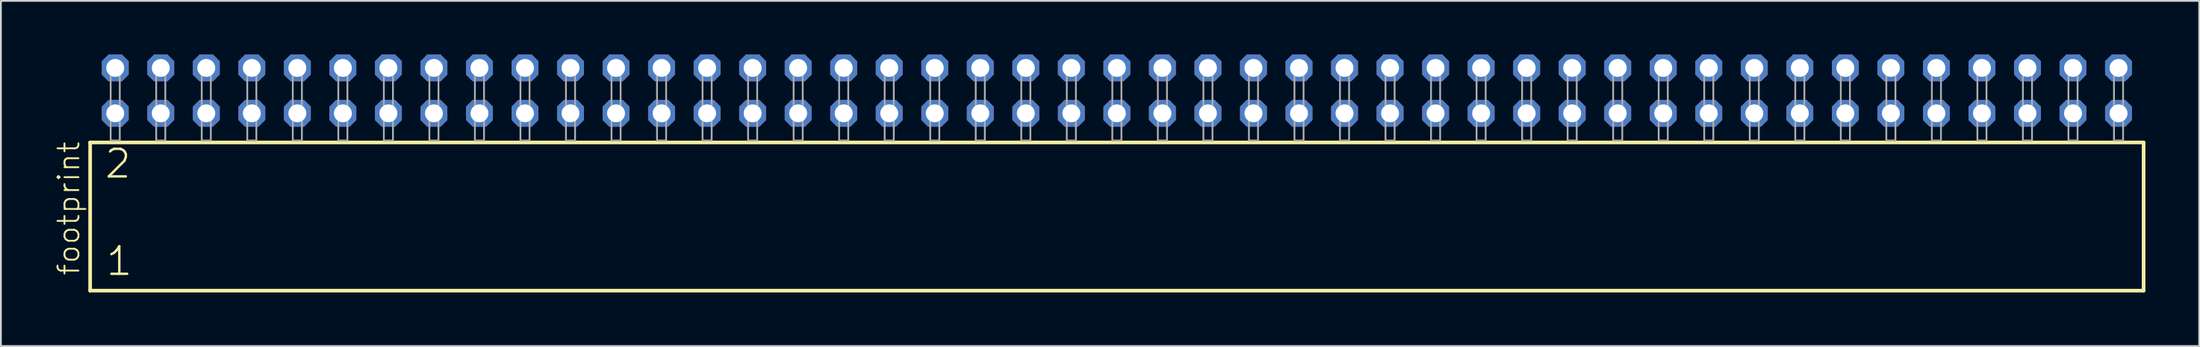
<source format=kicad_pcb>
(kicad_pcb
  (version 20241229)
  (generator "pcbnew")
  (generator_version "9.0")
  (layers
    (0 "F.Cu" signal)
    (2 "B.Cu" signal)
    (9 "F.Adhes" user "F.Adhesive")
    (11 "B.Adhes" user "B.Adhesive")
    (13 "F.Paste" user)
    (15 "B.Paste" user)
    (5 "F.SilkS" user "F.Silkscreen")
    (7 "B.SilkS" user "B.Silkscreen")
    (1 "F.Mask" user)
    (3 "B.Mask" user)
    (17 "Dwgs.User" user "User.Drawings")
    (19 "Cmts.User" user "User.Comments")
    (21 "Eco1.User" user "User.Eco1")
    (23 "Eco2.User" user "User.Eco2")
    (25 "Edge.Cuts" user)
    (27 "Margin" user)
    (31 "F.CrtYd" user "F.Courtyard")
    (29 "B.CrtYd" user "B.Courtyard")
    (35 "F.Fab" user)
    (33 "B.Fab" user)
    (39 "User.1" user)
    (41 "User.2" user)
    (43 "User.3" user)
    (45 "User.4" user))
  (footprint "footprint"
    (layer "F.Cu")
    (at 59.258 4.814)
    (property "Reference" "footprint" (at -57.785 7.62 90) (layer "F.SilkS") (effects (font (size 1.168 1.168) (thickness 0.102)) (justify left bottom)))
    (fp_line (start -57.279 0.106) (end -57.279 8.396) (stroke (width 0.203) (type solid)) (layer "F.SilkS"))
    (fp_line (start -57.279 8.396) (end 57.279 8.396) (stroke (width 0.203) (type solid)) (layer "F.SilkS"))
    (fp_line (start 57.279 0.106) (end -57.279 0.106) (stroke (width 0.203) (type solid)) (layer "F.SilkS"))
    (fp_line (start 57.279 8.396) (end 57.279 0.106) (stroke (width 0.203) (type solid)) (layer "F.SilkS"))
    (fp_poly (pts (xy -56.134 0) (xy -55.626 0) (xy -55.626 -4.318) (xy -56.134 -4.318)) (stroke (width 0.1) (type solid)) (fill no) (layer "F.Fab"))
    (fp_poly (pts (xy -53.594 0) (xy -53.086 0) (xy -53.086 -4.318) (xy -53.594 -4.318)) (stroke (width 0.1) (type solid)) (fill no) (layer "F.Fab"))
    (fp_poly (pts (xy -51.054 0) (xy -50.546 0) (xy -50.546 -4.318) (xy -51.054 -4.318)) (stroke (width 0.1) (type solid)) (fill no) (layer "F.Fab"))
    (fp_poly (pts (xy -48.514 0) (xy -48.006 0) (xy -48.006 -4.318) (xy -48.514 -4.318)) (stroke (width 0.1) (type solid)) (fill no) (layer "F.Fab"))
    (fp_poly (pts (xy -45.974 0) (xy -45.466 0) (xy -45.466 -4.318) (xy -45.974 -4.318)) (stroke (width 0.1) (type solid)) (fill no) (layer "F.Fab"))
    (fp_poly (pts (xy -43.434 0) (xy -42.926 0) (xy -42.926 -4.318) (xy -43.434 -4.318)) (stroke (width 0.1) (type solid)) (fill no) (layer "F.Fab"))
    (fp_poly (pts (xy -40.894 0) (xy -40.386 0) (xy -40.386 -4.318) (xy -40.894 -4.318)) (stroke (width 0.1) (type solid)) (fill no) (layer "F.Fab"))
    (fp_poly (pts (xy -38.354 0) (xy -37.846 0) (xy -37.846 -4.318) (xy -38.354 -4.318)) (stroke (width 0.1) (type solid)) (fill no) (layer "F.Fab"))
    (fp_poly (pts (xy -35.814 0) (xy -35.306 0) (xy -35.306 -4.318) (xy -35.814 -4.318)) (stroke (width 0.1) (type solid)) (fill no) (layer "F.Fab"))
    (fp_poly (pts (xy -33.274 0) (xy -32.766 0) (xy -32.766 -4.318) (xy -33.274 -4.318)) (stroke (width 0.1) (type solid)) (fill no) (layer "F.Fab"))
    (fp_poly (pts (xy -30.734 0) (xy -30.226 0) (xy -30.226 -4.318) (xy -30.734 -4.318)) (stroke (width 0.1) (type solid)) (fill no) (layer "F.Fab"))
    (fp_poly (pts (xy -28.194 0) (xy -27.686 0) (xy -27.686 -4.318) (xy -28.194 -4.318)) (stroke (width 0.1) (type solid)) (fill no) (layer "F.Fab"))
    (fp_poly (pts (xy -25.654 0) (xy -25.146 0) (xy -25.146 -4.318) (xy -25.654 -4.318)) (stroke (width 0.1) (type solid)) (fill no) (layer "F.Fab"))
    (fp_poly (pts (xy -23.114 0) (xy -22.606 0) (xy -22.606 -4.318) (xy -23.114 -4.318)) (stroke (width 0.1) (type solid)) (fill no) (layer "F.Fab"))
    (fp_poly (pts (xy -20.574 0) (xy -20.066 0) (xy -20.066 -4.318) (xy -20.574 -4.318)) (stroke (width 0.1) (type solid)) (fill no) (layer "F.Fab"))
    (fp_poly (pts (xy -18.034 0) (xy -17.526 0) (xy -17.526 -4.318) (xy -18.034 -4.318)) (stroke (width 0.1) (type solid)) (fill no) (layer "F.Fab"))
    (fp_poly (pts (xy -15.494 0) (xy -14.986 0) (xy -14.986 -4.318) (xy -15.494 -4.318)) (stroke (width 0.1) (type solid)) (fill no) (layer "F.Fab"))
    (fp_poly (pts (xy -12.954 0) (xy -12.446 0) (xy -12.446 -4.318) (xy -12.954 -4.318)) (stroke (width 0.1) (type solid)) (fill no) (layer "F.Fab"))
    (fp_poly (pts (xy -10.414 0) (xy -9.906 0) (xy -9.906 -4.318) (xy -10.414 -4.318)) (stroke (width 0.1) (type solid)) (fill no) (layer "F.Fab"))
    (fp_poly (pts (xy -7.874 0) (xy -7.366 0) (xy -7.366 -4.318) (xy -7.874 -4.318)) (stroke (width 0.1) (type solid)) (fill no) (layer "F.Fab"))
    (fp_poly (pts (xy -5.334 0) (xy -4.826 0) (xy -4.826 -4.318) (xy -5.334 -4.318)) (stroke (width 0.1) (type solid)) (fill no) (layer "F.Fab"))
    (fp_poly (pts (xy -2.794 0) (xy -2.286 0) (xy -2.286 -4.318) (xy -2.794 -4.318)) (stroke (width 0.1) (type solid)) (fill no) (layer "F.Fab"))
    (fp_poly (pts (xy -0.254 0) (xy 0.254 0) (xy 0.254 -4.318) (xy -0.254 -4.318)) (stroke (width 0.1) (type solid)) (fill no) (layer "F.Fab"))
    (fp_poly (pts (xy 2.286 0) (xy 2.794 0) (xy 2.794 -4.318) (xy 2.286 -4.318)) (stroke (width 0.1) (type solid)) (fill no) (layer "F.Fab"))
    (fp_poly (pts (xy 4.826 0) (xy 5.334 0) (xy 5.334 -4.318) (xy 4.826 -4.318)) (stroke (width 0.1) (type solid)) (fill no) (layer "F.Fab"))
    (fp_poly (pts (xy 7.366 0) (xy 7.874 0) (xy 7.874 -4.318) (xy 7.366 -4.318)) (stroke (width 0.1) (type solid)) (fill no) (layer "F.Fab"))
    (fp_poly (pts (xy 9.906 0) (xy 10.414 0) (xy 10.414 -4.318) (xy 9.906 -4.318)) (stroke (width 0.1) (type solid)) (fill no) (layer "F.Fab"))
    (fp_poly (pts (xy 12.446 0) (xy 12.954 0) (xy 12.954 -4.318) (xy 12.446 -4.318)) (stroke (width 0.1) (type solid)) (fill no) (layer "F.Fab"))
    (fp_poly (pts (xy 14.986 0) (xy 15.494 0) (xy 15.494 -4.318) (xy 14.986 -4.318)) (stroke (width 0.1) (type solid)) (fill no) (layer "F.Fab"))
    (fp_poly (pts (xy 17.526 0) (xy 18.034 0) (xy 18.034 -4.318) (xy 17.526 -4.318)) (stroke (width 0.1) (type solid)) (fill no) (layer "F.Fab"))
    (fp_poly (pts (xy 20.066 0) (xy 20.574 0) (xy 20.574 -4.318) (xy 20.066 -4.318)) (stroke (width 0.1) (type solid)) (fill no) (layer "F.Fab"))
    (fp_poly (pts (xy 22.606 0) (xy 23.114 0) (xy 23.114 -4.318) (xy 22.606 -4.318)) (stroke (width 0.1) (type solid)) (fill no) (layer "F.Fab"))
    (fp_poly (pts (xy 25.146 0) (xy 25.654 0) (xy 25.654 -4.318) (xy 25.146 -4.318)) (stroke (width 0.1) (type solid)) (fill no) (layer "F.Fab"))
    (fp_poly (pts (xy 27.686 0) (xy 28.194 0) (xy 28.194 -4.318) (xy 27.686 -4.318)) (stroke (width 0.1) (type solid)) (fill no) (layer "F.Fab"))
    (fp_poly (pts (xy 30.226 0) (xy 30.734 0) (xy 30.734 -4.318) (xy 30.226 -4.318)) (stroke (width 0.1) (type solid)) (fill no) (layer "F.Fab"))
    (fp_poly (pts (xy 32.766 0) (xy 33.274 0) (xy 33.274 -4.318) (xy 32.766 -4.318)) (stroke (width 0.1) (type solid)) (fill no) (layer "F.Fab"))
    (fp_poly (pts (xy 35.306 0) (xy 35.814 0) (xy 35.814 -4.318) (xy 35.306 -4.318)) (stroke (width 0.1) (type solid)) (fill no) (layer "F.Fab"))
    (fp_poly (pts (xy 37.846 0) (xy 38.354 0) (xy 38.354 -4.318) (xy 37.846 -4.318)) (stroke (width 0.1) (type solid)) (fill no) (layer "F.Fab"))
    (fp_poly (pts (xy 40.386 0) (xy 40.894 0) (xy 40.894 -4.318) (xy 40.386 -4.318)) (stroke (width 0.1) (type solid)) (fill no) (layer "F.Fab"))
    (fp_poly (pts (xy 42.926 0) (xy 43.434 0) (xy 43.434 -4.318) (xy 42.926 -4.318)) (stroke (width 0.1) (type solid)) (fill no) (layer "F.Fab"))
    (fp_poly (pts (xy 45.466 0) (xy 45.974 0) (xy 45.974 -4.318) (xy 45.466 -4.318)) (stroke (width 0.1) (type solid)) (fill no) (layer "F.Fab"))
    (fp_poly (pts (xy 48.006 0) (xy 48.514 0) (xy 48.514 -4.318) (xy 48.006 -4.318)) (stroke (width 0.1) (type solid)) (fill no) (layer "F.Fab"))
    (fp_poly (pts (xy 50.546 0) (xy 51.054 0) (xy 51.054 -4.318) (xy 50.546 -4.318)) (stroke (width 0.1) (type solid)) (fill no) (layer "F.Fab"))
    (fp_poly (pts (xy 53.086 0) (xy 53.594 0) (xy 53.594 -4.318) (xy 53.086 -4.318)) (stroke (width 0.1) (type solid)) (fill no) (layer "F.Fab"))
    (fp_poly (pts (xy 55.626 0) (xy 56.134 0) (xy 56.134 -4.318) (xy 55.626 -4.318)) (stroke (width 0.1) (type solid)) (fill no) (layer "F.Fab"))
    (fp_text user "2" (at -56.55 2.2 0) (layer "F.SilkS") (effects (font (size 1.542 1.542) (thickness 0.134)) (justify left bottom)))
    (fp_text user "1" (at -56.475 7.65 0) (layer "F.SilkS") (effects (font (size 1.542 1.542) (thickness 0.134)) (justify left bottom)))
    (pad "1" thru_hole roundrect (at -55.88 -1.524) (size 1.5 1.5) (drill 1) (layers "*.Cu" "*.Mask") (roundrect_rratio 0.25) (chamfer_ratio 0.25) (chamfer top_left top_right bottom_left bottom_right))
    (pad "2" thru_hole roundrect (at -55.88 -4.064) (size 1.5 1.5) (drill 1) (layers "*.Cu" "*.Mask") (roundrect_rratio 0.25) (chamfer_ratio 0.25) (chamfer top_left top_right bottom_left bottom_right))
    (pad "3" thru_hole roundrect (at -53.34 -1.524) (size 1.5 1.5) (drill 1) (layers "*.Cu" "*.Mask") (roundrect_rratio 0.25) (chamfer_ratio 0.25) (chamfer top_left top_right bottom_left bottom_right))
    (pad "4" thru_hole roundrect (at -53.34 -4.064) (size 1.5 1.5) (drill 1) (layers "*.Cu" "*.Mask") (roundrect_rratio 0.25) (chamfer_ratio 0.25) (chamfer top_left top_right bottom_left bottom_right))
    (pad "5" thru_hole roundrect (at -50.8 -1.524) (size 1.5 1.5) (drill 1) (layers "*.Cu" "*.Mask") (roundrect_rratio 0.25) (chamfer_ratio 0.25) (chamfer top_left top_right bottom_left bottom_right))
    (pad "6" thru_hole roundrect (at -50.8 -4.064) (size 1.5 1.5) (drill 1) (layers "*.Cu" "*.Mask") (roundrect_rratio 0.25) (chamfer_ratio 0.25) (chamfer top_left top_right bottom_left bottom_right))
    (pad "7" thru_hole roundrect (at -48.26 -1.524) (size 1.5 1.5) (drill 1) (layers "*.Cu" "*.Mask") (roundrect_rratio 0.25) (chamfer_ratio 0.25) (chamfer top_left top_right bottom_left bottom_right))
    (pad "8" thru_hole roundrect (at -48.26 -4.064) (size 1.5 1.5) (drill 1) (layers "*.Cu" "*.Mask") (roundrect_rratio 0.25) (chamfer_ratio 0.25) (chamfer top_left top_right bottom_left bottom_right))
    (pad "9" thru_hole roundrect (at -45.72 -1.524) (size 1.5 1.5) (drill 1) (layers "*.Cu" "*.Mask") (roundrect_rratio 0.25) (chamfer_ratio 0.25) (chamfer top_left top_right bottom_left bottom_right))
    (pad "10" thru_hole roundrect (at -45.72 -4.064) (size 1.5 1.5) (drill 1) (layers "*.Cu" "*.Mask") (roundrect_rratio 0.25) (chamfer_ratio 0.25) (chamfer top_left top_right bottom_left bottom_right))
    (pad "11" thru_hole roundrect (at -43.18 -1.524) (size 1.5 1.5) (drill 1) (layers "*.Cu" "*.Mask") (roundrect_rratio 0.25) (chamfer_ratio 0.25) (chamfer top_left top_right bottom_left bottom_right))
    (pad "12" thru_hole roundrect (at -43.18 -4.064) (size 1.5 1.5) (drill 1) (layers "*.Cu" "*.Mask") (roundrect_rratio 0.25) (chamfer_ratio 0.25) (chamfer top_left top_right bottom_left bottom_right))
    (pad "13" thru_hole roundrect (at -40.64 -1.524) (size 1.5 1.5) (drill 1) (layers "*.Cu" "*.Mask") (roundrect_rratio 0.25) (chamfer_ratio 0.25) (chamfer top_left top_right bottom_left bottom_right))
    (pad "14" thru_hole roundrect (at -40.64 -4.064) (size 1.5 1.5) (drill 1) (layers "*.Cu" "*.Mask") (roundrect_rratio 0.25) (chamfer_ratio 0.25) (chamfer top_left top_right bottom_left bottom_right))
    (pad "15" thru_hole roundrect (at -38.1 -1.524) (size 1.5 1.5) (drill 1) (layers "*.Cu" "*.Mask") (roundrect_rratio 0.25) (chamfer_ratio 0.25) (chamfer top_left top_right bottom_left bottom_right))
    (pad "16" thru_hole roundrect (at -38.1 -4.064) (size 1.5 1.5) (drill 1) (layers "*.Cu" "*.Mask") (roundrect_rratio 0.25) (chamfer_ratio 0.25) (chamfer top_left top_right bottom_left bottom_right))
    (pad "17" thru_hole roundrect (at -35.56 -1.524) (size 1.5 1.5) (drill 1) (layers "*.Cu" "*.Mask") (roundrect_rratio 0.25) (chamfer_ratio 0.25) (chamfer top_left top_right bottom_left bottom_right))
    (pad "18" thru_hole roundrect (at -35.56 -4.064) (size 1.5 1.5) (drill 1) (layers "*.Cu" "*.Mask") (roundrect_rratio 0.25) (chamfer_ratio 0.25) (chamfer top_left top_right bottom_left bottom_right))
    (pad "19" thru_hole roundrect (at -33.02 -1.524) (size 1.5 1.5) (drill 1) (layers "*.Cu" "*.Mask") (roundrect_rratio 0.25) (chamfer_ratio 0.25) (chamfer top_left top_right bottom_left bottom_right))
    (pad "20" thru_hole roundrect (at -33.02 -4.064) (size 1.5 1.5) (drill 1) (layers "*.Cu" "*.Mask") (roundrect_rratio 0.25) (chamfer_ratio 0.25) (chamfer top_left top_right bottom_left bottom_right))
    (pad "21" thru_hole roundrect (at -30.48 -1.524) (size 1.5 1.5) (drill 1) (layers "*.Cu" "*.Mask") (roundrect_rratio 0.25) (chamfer_ratio 0.25) (chamfer top_left top_right bottom_left bottom_right))
    (pad "22" thru_hole roundrect (at -30.48 -4.064) (size 1.5 1.5) (drill 1) (layers "*.Cu" "*.Mask") (roundrect_rratio 0.25) (chamfer_ratio 0.25) (chamfer top_left top_right bottom_left bottom_right))
    (pad "23" thru_hole roundrect (at -27.94 -1.524) (size 1.5 1.5) (drill 1) (layers "*.Cu" "*.Mask") (roundrect_rratio 0.25) (chamfer_ratio 0.25) (chamfer top_left top_right bottom_left bottom_right))
    (pad "24" thru_hole roundrect (at -27.94 -4.064) (size 1.5 1.5) (drill 1) (layers "*.Cu" "*.Mask") (roundrect_rratio 0.25) (chamfer_ratio 0.25) (chamfer top_left top_right bottom_left bottom_right))
    (pad "25" thru_hole roundrect (at -25.4 -1.524) (size 1.5 1.5) (drill 1) (layers "*.Cu" "*.Mask") (roundrect_rratio 0.25) (chamfer_ratio 0.25) (chamfer top_left top_right bottom_left bottom_right))
    (pad "26" thru_hole roundrect (at -25.4 -4.064) (size 1.5 1.5) (drill 1) (layers "*.Cu" "*.Mask") (roundrect_rratio 0.25) (chamfer_ratio 0.25) (chamfer top_left top_right bottom_left bottom_right))
    (pad "27" thru_hole roundrect (at -22.86 -1.524) (size 1.5 1.5) (drill 1) (layers "*.Cu" "*.Mask") (roundrect_rratio 0.25) (chamfer_ratio 0.25) (chamfer top_left top_right bottom_left bottom_right))
    (pad "28" thru_hole roundrect (at -22.86 -4.064) (size 1.5 1.5) (drill 1) (layers "*.Cu" "*.Mask") (roundrect_rratio 0.25) (chamfer_ratio 0.25) (chamfer top_left top_right bottom_left bottom_right))
    (pad "29" thru_hole roundrect (at -20.32 -1.524) (size 1.5 1.5) (drill 1) (layers "*.Cu" "*.Mask") (roundrect_rratio 0.25) (chamfer_ratio 0.25) (chamfer top_left top_right bottom_left bottom_right))
    (pad "30" thru_hole roundrect (at -20.32 -4.064) (size 1.5 1.5) (drill 1) (layers "*.Cu" "*.Mask") (roundrect_rratio 0.25) (chamfer_ratio 0.25) (chamfer top_left top_right bottom_left bottom_right))
    (pad "31" thru_hole roundrect (at -17.78 -1.524) (size 1.5 1.5) (drill 1) (layers "*.Cu" "*.Mask") (roundrect_rratio 0.25) (chamfer_ratio 0.25) (chamfer top_left top_right bottom_left bottom_right))
    (pad "32" thru_hole roundrect (at -17.78 -4.064) (size 1.5 1.5) (drill 1) (layers "*.Cu" "*.Mask") (roundrect_rratio 0.25) (chamfer_ratio 0.25) (chamfer top_left top_right bottom_left bottom_right))
    (pad "33" thru_hole roundrect (at -15.24 -1.524) (size 1.5 1.5) (drill 1) (layers "*.Cu" "*.Mask") (roundrect_rratio 0.25) (chamfer_ratio 0.25) (chamfer top_left top_right bottom_left bottom_right))
    (pad "34" thru_hole roundrect (at -15.24 -4.064) (size 1.5 1.5) (drill 1) (layers "*.Cu" "*.Mask") (roundrect_rratio 0.25) (chamfer_ratio 0.25) (chamfer top_left top_right bottom_left bottom_right))
    (pad "35" thru_hole roundrect (at -12.7 -1.524) (size 1.5 1.5) (drill 1) (layers "*.Cu" "*.Mask") (roundrect_rratio 0.25) (chamfer_ratio 0.25) (chamfer top_left top_right bottom_left bottom_right))
    (pad "36" thru_hole roundrect (at -12.7 -4.064) (size 1.5 1.5) (drill 1) (layers "*.Cu" "*.Mask") (roundrect_rratio 0.25) (chamfer_ratio 0.25) (chamfer top_left top_right bottom_left bottom_right))
    (pad "37" thru_hole roundrect (at -10.16 -1.524) (size 1.5 1.5) (drill 1) (layers "*.Cu" "*.Mask") (roundrect_rratio 0.25) (chamfer_ratio 0.25) (chamfer top_left top_right bottom_left bottom_right))
    (pad "38" thru_hole roundrect (at -10.16 -4.064) (size 1.5 1.5) (drill 1) (layers "*.Cu" "*.Mask") (roundrect_rratio 0.25) (chamfer_ratio 0.25) (chamfer top_left top_right bottom_left bottom_right))
    (pad "39" thru_hole roundrect (at -7.62 -1.524) (size 1.5 1.5) (drill 1) (layers "*.Cu" "*.Mask") (roundrect_rratio 0.25) (chamfer_ratio 0.25) (chamfer top_left top_right bottom_left bottom_right))
    (pad "40" thru_hole roundrect (at -7.62 -4.064) (size 1.5 1.5) (drill 1) (layers "*.Cu" "*.Mask") (roundrect_rratio 0.25) (chamfer_ratio 0.25) (chamfer top_left top_right bottom_left bottom_right))
    (pad "41" thru_hole roundrect (at -5.08 -1.524) (size 1.5 1.5) (drill 1) (layers "*.Cu" "*.Mask") (roundrect_rratio 0.25) (chamfer_ratio 0.25) (chamfer top_left top_right bottom_left bottom_right))
    (pad "42" thru_hole roundrect (at -5.08 -4.064) (size 1.5 1.5) (drill 1) (layers "*.Cu" "*.Mask") (roundrect_rratio 0.25) (chamfer_ratio 0.25) (chamfer top_left top_right bottom_left bottom_right))
    (pad "43" thru_hole roundrect (at -2.54 -1.524) (size 1.5 1.5) (drill 1) (layers "*.Cu" "*.Mask") (roundrect_rratio 0.25) (chamfer_ratio 0.25) (chamfer top_left top_right bottom_left bottom_right))
    (pad "44" thru_hole roundrect (at -2.54 -4.064) (size 1.5 1.5) (drill 1) (layers "*.Cu" "*.Mask") (roundrect_rratio 0.25) (chamfer_ratio 0.25) (chamfer top_left top_right bottom_left bottom_right))
    (pad "45" thru_hole roundrect (at 0 -1.524) (size 1.5 1.5) (drill 1) (layers "*.Cu" "*.Mask") (roundrect_rratio 0.25) (chamfer_ratio 0.25) (chamfer top_left top_right bottom_left bottom_right))
    (pad "46" thru_hole roundrect (at 0 -4.064) (size 1.5 1.5) (drill 1) (layers "*.Cu" "*.Mask") (roundrect_rratio 0.25) (chamfer_ratio 0.25) (chamfer top_left top_right bottom_left bottom_right))
    (pad "47" thru_hole roundrect (at 2.54 -1.524) (size 1.5 1.5) (drill 1) (layers "*.Cu" "*.Mask") (roundrect_rratio 0.25) (chamfer_ratio 0.25) (chamfer top_left top_right bottom_left bottom_right))
    (pad "48" thru_hole roundrect (at 2.54 -4.064) (size 1.5 1.5) (drill 1) (layers "*.Cu" "*.Mask") (roundrect_rratio 0.25) (chamfer_ratio 0.25) (chamfer top_left top_right bottom_left bottom_right))
    (pad "49" thru_hole roundrect (at 5.08 -1.524) (size 1.5 1.5) (drill 1) (layers "*.Cu" "*.Mask") (roundrect_rratio 0.25) (chamfer_ratio 0.25) (chamfer top_left top_right bottom_left bottom_right))
    (pad "50" thru_hole roundrect (at 5.08 -4.064) (size 1.5 1.5) (drill 1) (layers "*.Cu" "*.Mask") (roundrect_rratio 0.25) (chamfer_ratio 0.25) (chamfer top_left top_right bottom_left bottom_right))
    (pad "51" thru_hole roundrect (at 7.62 -1.524) (size 1.5 1.5) (drill 1) (layers "*.Cu" "*.Mask") (roundrect_rratio 0.25) (chamfer_ratio 0.25) (chamfer top_left top_right bottom_left bottom_right))
    (pad "52" thru_hole roundrect (at 7.62 -4.064) (size 1.5 1.5) (drill 1) (layers "*.Cu" "*.Mask") (roundrect_rratio 0.25) (chamfer_ratio 0.25) (chamfer top_left top_right bottom_left bottom_right))
    (pad "53" thru_hole roundrect (at 10.16 -1.524) (size 1.5 1.5) (drill 1) (layers "*.Cu" "*.Mask") (roundrect_rratio 0.25) (chamfer_ratio 0.25) (chamfer top_left top_right bottom_left bottom_right))
    (pad "54" thru_hole roundrect (at 10.16 -4.064) (size 1.5 1.5) (drill 1) (layers "*.Cu" "*.Mask") (roundrect_rratio 0.25) (chamfer_ratio 0.25) (chamfer top_left top_right bottom_left bottom_right))
    (pad "55" thru_hole roundrect (at 12.7 -1.524) (size 1.5 1.5) (drill 1) (layers "*.Cu" "*.Mask") (roundrect_rratio 0.25) (chamfer_ratio 0.25) (chamfer top_left top_right bottom_left bottom_right))
    (pad "56" thru_hole roundrect (at 12.7 -4.064) (size 1.5 1.5) (drill 1) (layers "*.Cu" "*.Mask") (roundrect_rratio 0.25) (chamfer_ratio 0.25) (chamfer top_left top_right bottom_left bottom_right))
    (pad "57" thru_hole roundrect (at 15.24 -1.524) (size 1.5 1.5) (drill 1) (layers "*.Cu" "*.Mask") (roundrect_rratio 0.25) (chamfer_ratio 0.25) (chamfer top_left top_right bottom_left bottom_right))
    (pad "58" thru_hole roundrect (at 15.24 -4.064) (size 1.5 1.5) (drill 1) (layers "*.Cu" "*.Mask") (roundrect_rratio 0.25) (chamfer_ratio 0.25) (chamfer top_left top_right bottom_left bottom_right))
    (pad "59" thru_hole roundrect (at 17.78 -1.524) (size 1.5 1.5) (drill 1) (layers "*.Cu" "*.Mask") (roundrect_rratio 0.25) (chamfer_ratio 0.25) (chamfer top_left top_right bottom_left bottom_right))
    (pad "60" thru_hole roundrect (at 17.78 -4.064) (size 1.5 1.5) (drill 1) (layers "*.Cu" "*.Mask") (roundrect_rratio 0.25) (chamfer_ratio 0.25) (chamfer top_left top_right bottom_left bottom_right))
    (pad "61" thru_hole roundrect (at 20.32 -1.524) (size 1.5 1.5) (drill 1) (layers "*.Cu" "*.Mask") (roundrect_rratio 0.25) (chamfer_ratio 0.25) (chamfer top_left top_right bottom_left bottom_right))
    (pad "62" thru_hole roundrect (at 20.32 -4.064) (size 1.5 1.5) (drill 1) (layers "*.Cu" "*.Mask") (roundrect_rratio 0.25) (chamfer_ratio 0.25) (chamfer top_left top_right bottom_left bottom_right))
    (pad "63" thru_hole roundrect (at 22.86 -1.524) (size 1.5 1.5) (drill 1) (layers "*.Cu" "*.Mask") (roundrect_rratio 0.25) (chamfer_ratio 0.25) (chamfer top_left top_right bottom_left bottom_right))
    (pad "64" thru_hole roundrect (at 22.86 -4.064) (size 1.5 1.5) (drill 1) (layers "*.Cu" "*.Mask") (roundrect_rratio 0.25) (chamfer_ratio 0.25) (chamfer top_left top_right bottom_left bottom_right))
    (pad "65" thru_hole roundrect (at 25.4 -1.524) (size 1.5 1.5) (drill 1) (layers "*.Cu" "*.Mask") (roundrect_rratio 0.25) (chamfer_ratio 0.25) (chamfer top_left top_right bottom_left bottom_right))
    (pad "66" thru_hole roundrect (at 25.4 -4.064) (size 1.5 1.5) (drill 1) (layers "*.Cu" "*.Mask") (roundrect_rratio 0.25) (chamfer_ratio 0.25) (chamfer top_left top_right bottom_left bottom_right))
    (pad "67" thru_hole roundrect (at 27.94 -1.524) (size 1.5 1.5) (drill 1) (layers "*.Cu" "*.Mask") (roundrect_rratio 0.25) (chamfer_ratio 0.25) (chamfer top_left top_right bottom_left bottom_right))
    (pad "68" thru_hole roundrect (at 27.94 -4.064) (size 1.5 1.5) (drill 1) (layers "*.Cu" "*.Mask") (roundrect_rratio 0.25) (chamfer_ratio 0.25) (chamfer top_left top_right bottom_left bottom_right))
    (pad "69" thru_hole roundrect (at 30.48 -1.524) (size 1.5 1.5) (drill 1) (layers "*.Cu" "*.Mask") (roundrect_rratio 0.25) (chamfer_ratio 0.25) (chamfer top_left top_right bottom_left bottom_right))
    (pad "70" thru_hole roundrect (at 30.48 -4.064) (size 1.5 1.5) (drill 1) (layers "*.Cu" "*.Mask") (roundrect_rratio 0.25) (chamfer_ratio 0.25) (chamfer top_left top_right bottom_left bottom_right))
    (pad "71" thru_hole roundrect (at 33.02 -1.524) (size 1.5 1.5) (drill 1) (layers "*.Cu" "*.Mask") (roundrect_rratio 0.25) (chamfer_ratio 0.25) (chamfer top_left top_right bottom_left bottom_right))
    (pad "72" thru_hole roundrect (at 33.02 -4.064) (size 1.5 1.5) (drill 1) (layers "*.Cu" "*.Mask") (roundrect_rratio 0.25) (chamfer_ratio 0.25) (chamfer top_left top_right bottom_left bottom_right))
    (pad "73" thru_hole roundrect (at 35.56 -1.524) (size 1.5 1.5) (drill 1) (layers "*.Cu" "*.Mask") (roundrect_rratio 0.25) (chamfer_ratio 0.25) (chamfer top_left top_right bottom_left bottom_right))
    (pad "74" thru_hole roundrect (at 35.56 -4.064) (size 1.5 1.5) (drill 1) (layers "*.Cu" "*.Mask") (roundrect_rratio 0.25) (chamfer_ratio 0.25) (chamfer top_left top_right bottom_left bottom_right))
    (pad "75" thru_hole roundrect (at 38.1 -1.524) (size 1.5 1.5) (drill 1) (layers "*.Cu" "*.Mask") (roundrect_rratio 0.25) (chamfer_ratio 0.25) (chamfer top_left top_right bottom_left bottom_right))
    (pad "76" thru_hole roundrect (at 38.1 -4.064) (size 1.5 1.5) (drill 1) (layers "*.Cu" "*.Mask") (roundrect_rratio 0.25) (chamfer_ratio 0.25) (chamfer top_left top_right bottom_left bottom_right))
    (pad "77" thru_hole roundrect (at 40.64 -1.524) (size 1.5 1.5) (drill 1) (layers "*.Cu" "*.Mask") (roundrect_rratio 0.25) (chamfer_ratio 0.25) (chamfer top_left top_right bottom_left bottom_right))
    (pad "78" thru_hole roundrect (at 40.64 -4.064) (size 1.5 1.5) (drill 1) (layers "*.Cu" "*.Mask") (roundrect_rratio 0.25) (chamfer_ratio 0.25) (chamfer top_left top_right bottom_left bottom_right))
    (pad "79" thru_hole roundrect (at 43.18 -1.524) (size 1.5 1.5) (drill 1) (layers "*.Cu" "*.Mask") (roundrect_rratio 0.25) (chamfer_ratio 0.25) (chamfer top_left top_right bottom_left bottom_right))
    (pad "80" thru_hole roundrect (at 43.18 -4.064) (size 1.5 1.5) (drill 1) (layers "*.Cu" "*.Mask") (roundrect_rratio 0.25) (chamfer_ratio 0.25) (chamfer top_left top_right bottom_left bottom_right))
    (pad "81" thru_hole roundrect (at 45.72 -1.524) (size 1.5 1.5) (drill 1) (layers "*.Cu" "*.Mask") (roundrect_rratio 0.25) (chamfer_ratio 0.25) (chamfer top_left top_right bottom_left bottom_right))
    (pad "82" thru_hole roundrect (at 45.72 -4.064) (size 1.5 1.5) (drill 1) (layers "*.Cu" "*.Mask") (roundrect_rratio 0.25) (chamfer_ratio 0.25) (chamfer top_left top_right bottom_left bottom_right))
    (pad "83" thru_hole roundrect (at 48.26 -1.524) (size 1.5 1.5) (drill 1) (layers "*.Cu" "*.Mask") (roundrect_rratio 0.25) (chamfer_ratio 0.25) (chamfer top_left top_right bottom_left bottom_right))
    (pad "84" thru_hole roundrect (at 48.26 -4.064) (size 1.5 1.5) (drill 1) (layers "*.Cu" "*.Mask") (roundrect_rratio 0.25) (chamfer_ratio 0.25) (chamfer top_left top_right bottom_left bottom_right))
    (pad "85" thru_hole roundrect (at 50.8 -1.524) (size 1.5 1.5) (drill 1) (layers "*.Cu" "*.Mask") (roundrect_rratio 0.25) (chamfer_ratio 0.25) (chamfer top_left top_right bottom_left bottom_right))
    (pad "86" thru_hole roundrect (at 50.8 -4.064) (size 1.5 1.5) (drill 1) (layers "*.Cu" "*.Mask") (roundrect_rratio 0.25) (chamfer_ratio 0.25) (chamfer top_left top_right bottom_left bottom_right))
    (pad "87" thru_hole roundrect (at 53.34 -1.524) (size 1.5 1.5) (drill 1) (layers "*.Cu" "*.Mask") (roundrect_rratio 0.25) (chamfer_ratio 0.25) (chamfer top_left top_right bottom_left bottom_right))
    (pad "88" thru_hole roundrect (at 53.34 -4.064) (size 1.5 1.5) (drill 1) (layers "*.Cu" "*.Mask") (roundrect_rratio 0.25) (chamfer_ratio 0.25) (chamfer top_left top_right bottom_left bottom_right))
    (pad "89" thru_hole roundrect (at 55.88 -1.524) (size 1.5 1.5) (drill 1) (layers "*.Cu" "*.Mask") (roundrect_rratio 0.25) (chamfer_ratio 0.25) (chamfer top_left top_right bottom_left bottom_right))
    (pad "90" thru_hole roundrect (at 55.88 -4.064) (size 1.5 1.5) (drill 1) (layers "*.Cu" "*.Mask") (roundrect_rratio 0.25) (chamfer_ratio 0.25) (chamfer top_left top_right bottom_left bottom_right)))
  (gr_rect
    (start -3 -3)
    (end 119.639 16.312)
    (stroke (width 0.1) (type default))
    (fill no)
    (layer "Edge.Cuts")))
</source>
